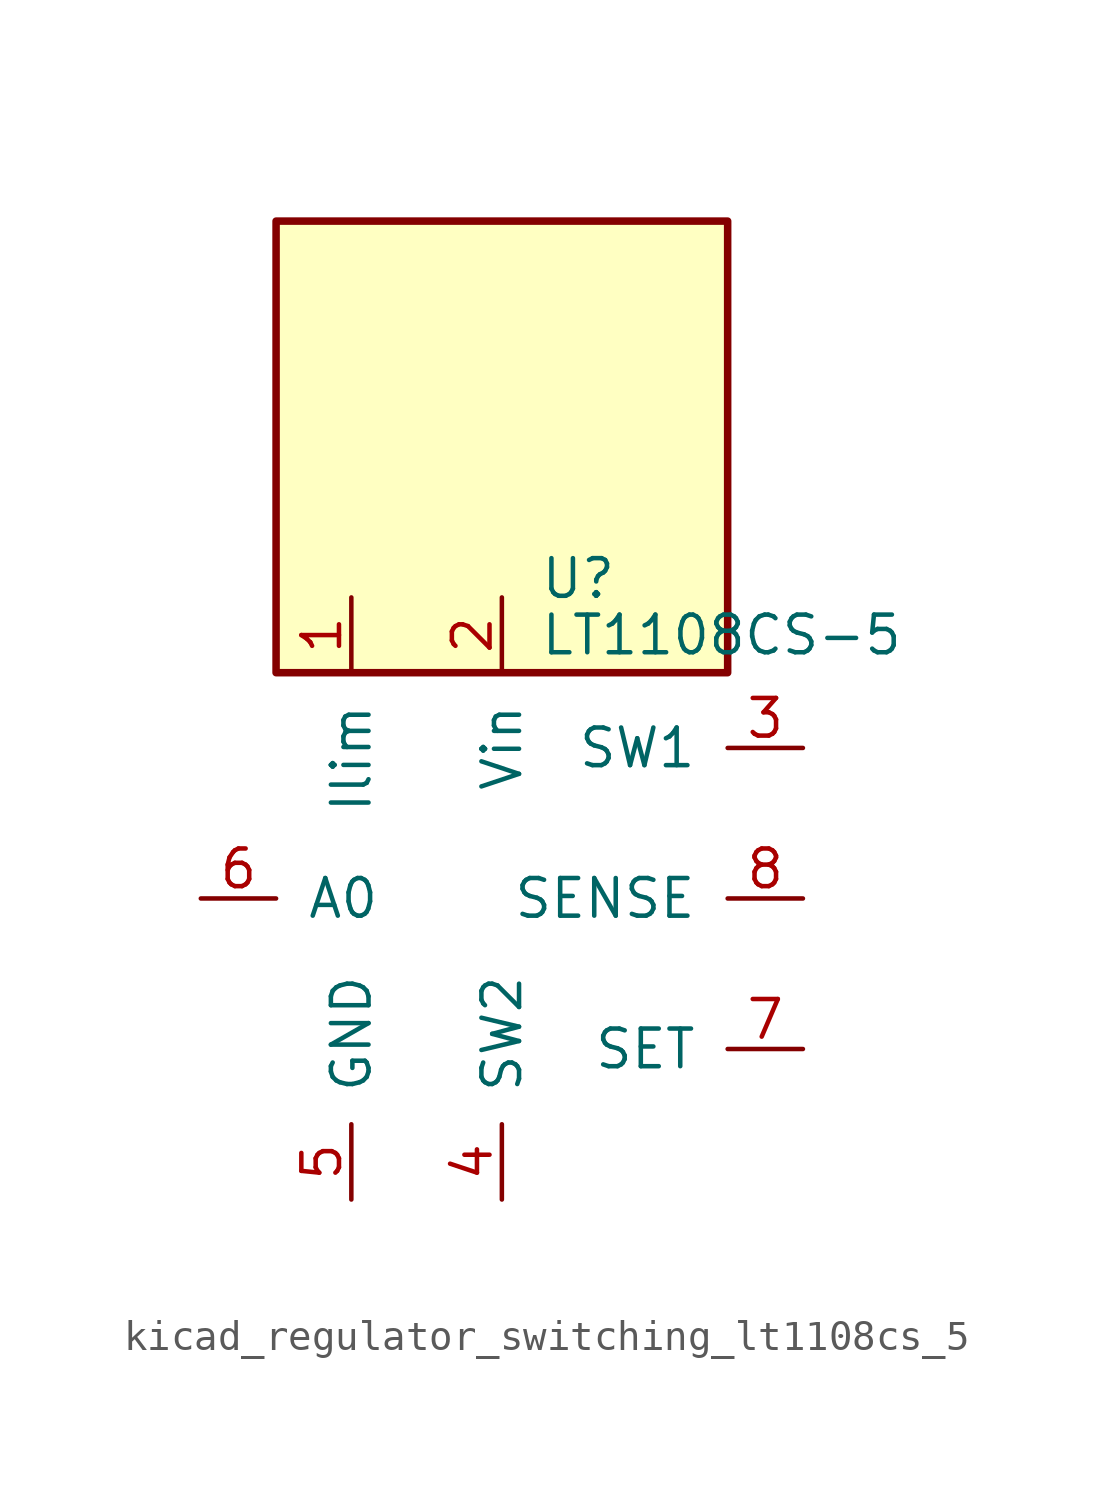
<source format=kicad_sym>
(kicad_symbol_lib
  (version 20220914)
  (generator kicad_symbol_editor)
  (symbol "kicad_regulator_switching_lt1108cs_5"
    (pin_names
      (offset 1.016))
    (property "Reference" "U"
      (at 1.27 10.795 0)
      (effects (font (size 1.27 1.27)) (justify left)))
    (property "Value" "LT1108CS-5"
      (at 1.27 8.89 0)
      (effects (font (size 1.27 1.27)) (justify left)))
    (symbol "kicad_regulator_switching_lt1108cs_5_0_1"
      (rectangle (start 7.62 22.86) (end -7.62 7.62) (stroke (width 0.254) (type default)) (fill (type background))))
    (symbol "kicad_regulator_switching_lt1108cs_5_1_1"
      (pin input line (at -5.08 10.16 270) (length 2.54) (name "Ilim" (effects (font (size 1.27 1.27)))) (number "1" (effects (font (size 1.27 1.27)))))
      (pin power_in line (at 0 10.16 270) (length 2.54) (name "Vin" (effects (font (size 1.27 1.27)))) (number "2" (effects (font (size 1.27 1.27)))))
      (pin input line (at 10.16 5.08 180) (length 2.54) (name "SW1" (effects (font (size 1.27 1.27)))) (number "3" (effects (font (size 1.27 1.27)))))
      (pin input line (at 0 -10.16 90) (length 2.54) (name "SW2" (effects (font (size 1.27 1.27)))) (number "4" (effects (font (size 1.27 1.27)))))
      (pin power_in line (at -5.08 -10.16 90) (length 2.54) (name "GND" (effects (font (size 1.27 1.27)))) (number "5" (effects (font (size 1.27 1.27)))))
      (pin output line (at -10.16 0 0) (length 2.54) (name "A0" (effects (font (size 1.27 1.27)))) (number "6" (effects (font (size 1.27 1.27)))))
      (pin input line (at 10.16 -5.08 180) (length 2.54) (name "SET" (effects (font (size 1.27 1.27)))) (number "7" (effects (font (size 1.27 1.27)))))
      (pin input line (at 10.16 0 180) (length 2.54) (name "SENSE" (effects (font (size 1.27 1.27)))) (number "8" (effects (font (size 1.27 1.27))))))))
</source>
